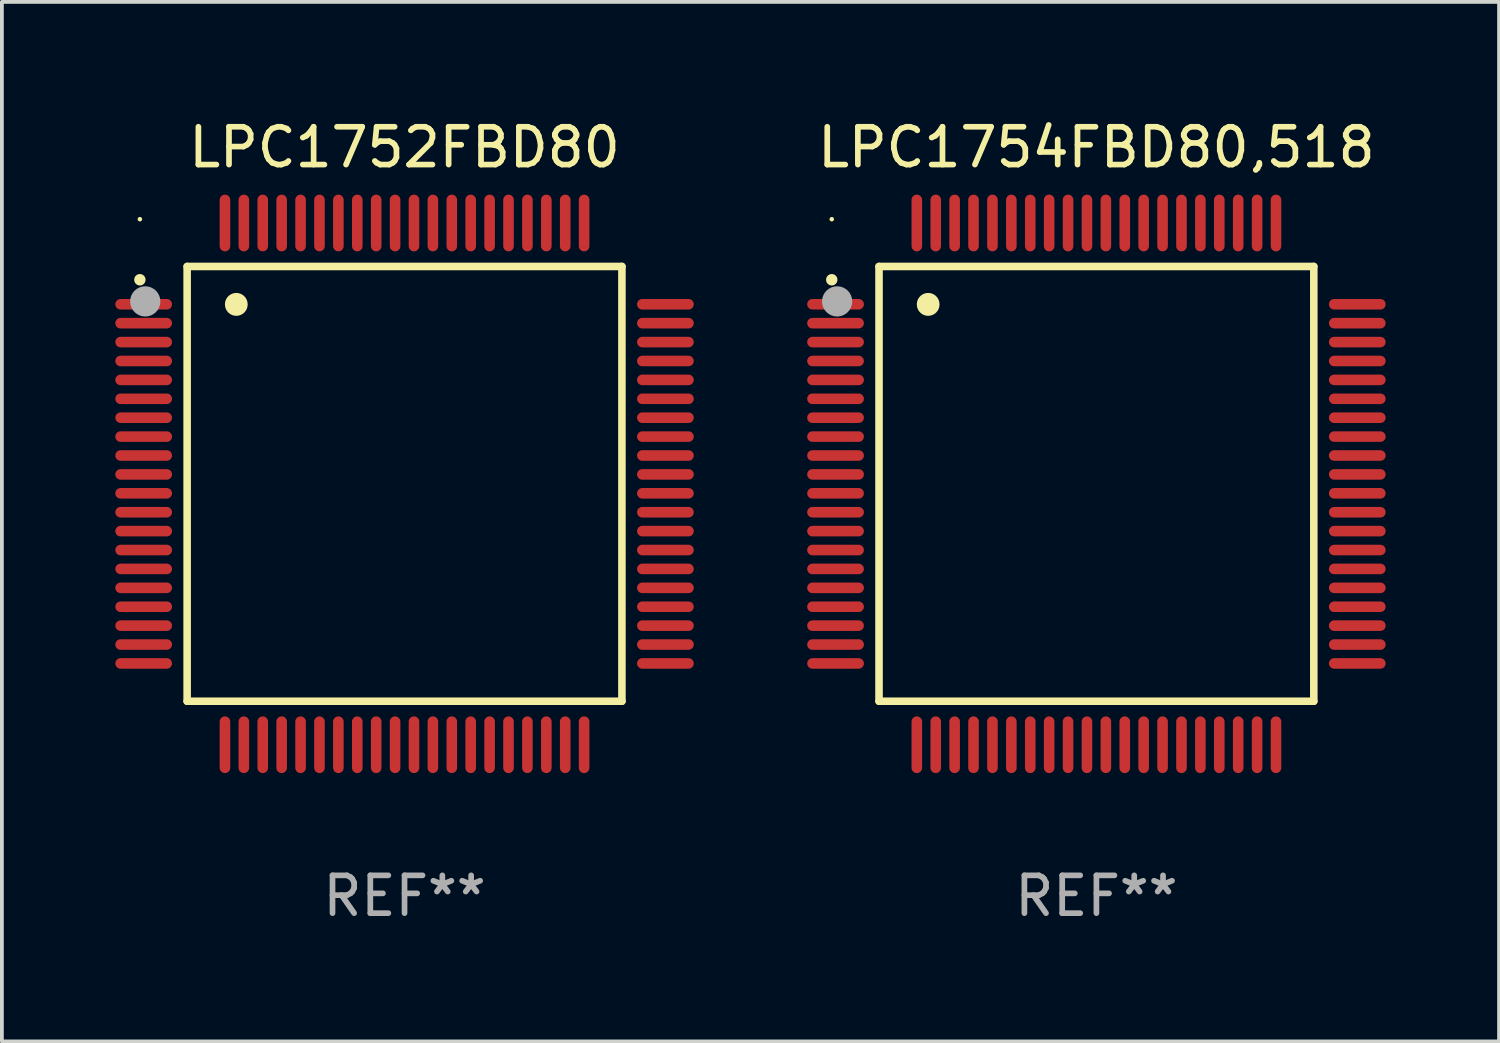
<source format=kicad_pcb>
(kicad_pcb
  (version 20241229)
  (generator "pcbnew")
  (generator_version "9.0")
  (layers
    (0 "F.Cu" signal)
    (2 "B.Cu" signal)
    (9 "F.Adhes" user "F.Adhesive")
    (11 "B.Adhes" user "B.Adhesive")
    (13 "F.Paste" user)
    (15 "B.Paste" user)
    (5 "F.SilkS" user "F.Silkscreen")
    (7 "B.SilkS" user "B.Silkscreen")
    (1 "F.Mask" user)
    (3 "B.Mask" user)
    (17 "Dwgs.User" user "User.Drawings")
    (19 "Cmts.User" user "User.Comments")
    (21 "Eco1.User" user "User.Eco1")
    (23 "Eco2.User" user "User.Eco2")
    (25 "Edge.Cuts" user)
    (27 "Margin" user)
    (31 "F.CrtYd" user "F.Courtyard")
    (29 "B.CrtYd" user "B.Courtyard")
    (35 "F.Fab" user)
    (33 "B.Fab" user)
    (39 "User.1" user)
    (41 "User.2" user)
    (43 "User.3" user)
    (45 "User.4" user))
  (footprint "LPC1752FBD80"
    (layer "F.Cu")
    (at 7.65 9.748)
    (property "Reference" "LPC1752FBD80" (at 0 -8.9 0) (layer "F.SilkS") (effects (font (size 1 1) (thickness 0.15))))
    (attr through_hole)
    (fp_line (start -5.75 -5.75) (end 5.75 -5.75) (stroke (width 0.2) (type solid)) (layer "F.SilkS"))
    (fp_line (start -5.75 5.75) (end -5.75 -5.75) (stroke (width 0.2) (type solid)) (layer "F.SilkS"))
    (fp_line (start 5.75 -5.75) (end 5.75 5.75) (stroke (width 0.2) (type solid)) (layer "F.SilkS"))
    (fp_line (start 5.75 5.75) (end -5.75 5.75) (stroke (width 0.2) (type solid)) (layer "F.SilkS"))
    (fp_arc (start -7.000229 -5.397435) (mid -7.000234 -5.398705) (end -7.000229 -5.399975) (stroke (width 0.3) (type solid)) (layer "F.SilkS"))
    (fp_arc (start -4.450064 -4.744653) (mid -4.450075 -4.747193) (end -4.450064 -4.749733) (stroke (width 0.6) (type solid)) (layer "F.SilkS"))
    (fp_circle (center -7 -7) (end -6.97 -7) (stroke (width 0.06) (type solid)) (fill no) (layer "F.SilkS"))
    (fp_circle (center -6.858 -4.826) (end -6.658 -4.826) (stroke (width 0.4) (type solid)) (fill no) (layer "F.Fab"))
    (fp_text user "REF**" (at 0 10.9 0) (layer "F.Fab") (effects (font (size 1 1) (thickness 0.15))))
    (pad "1" smd oval (at -6.9 -4.75 90) (size 0.28 1.5) (layers "F.Cu" "F.Mask" "F.Paste"))
    (pad "2" smd oval (at -6.9 -4.25 90) (size 0.28 1.5) (layers "F.Cu" "F.Mask" "F.Paste"))
    (pad "3" smd oval (at -6.9 -3.75 90) (size 0.28 1.5) (layers "F.Cu" "F.Mask" "F.Paste"))
    (pad "4" smd oval (at -6.9 -3.25 90) (size 0.28 1.5) (layers "F.Cu" "F.Mask" "F.Paste"))
    (pad "5" smd oval (at -6.9 -2.75 90) (size 0.28 1.5) (layers "F.Cu" "F.Mask" "F.Paste"))
    (pad "6" smd oval (at -6.9 -2.25 90) (size 0.28 1.5) (layers "F.Cu" "F.Mask" "F.Paste"))
    (pad "7" smd oval (at -6.9 -1.75 90) (size 0.28 1.5) (layers "F.Cu" "F.Mask" "F.Paste"))
    (pad "8" smd oval (at -6.9 -1.25 90) (size 0.28 1.5) (layers "F.Cu" "F.Mask" "F.Paste"))
    (pad "9" smd oval (at -6.9 -0.75 90) (size 0.28 1.5) (layers "F.Cu" "F.Mask" "F.Paste"))
    (pad "10" smd oval (at -6.9 -0.25 90) (size 0.28 1.5) (layers "F.Cu" "F.Mask" "F.Paste"))
    (pad "11" smd oval (at -6.9 0.25 90) (size 0.28 1.5) (layers "F.Cu" "F.Mask" "F.Paste"))
    (pad "12" smd oval (at -6.9 0.75 90) (size 0.28 1.5) (layers "F.Cu" "F.Mask" "F.Paste"))
    (pad "13" smd oval (at -6.9 1.25 90) (size 0.28 1.5) (layers "F.Cu" "F.Mask" "F.Paste"))
    (pad "14" smd oval (at -6.9 1.75 90) (size 0.28 1.5) (layers "F.Cu" "F.Mask" "F.Paste"))
    (pad "15" smd oval (at -6.9 2.25 90) (size 0.28 1.5) (layers "F.Cu" "F.Mask" "F.Paste"))
    (pad "16" smd oval (at -6.9 2.75 90) (size 0.28 1.5) (layers "F.Cu" "F.Mask" "F.Paste"))
    (pad "17" smd oval (at -6.9 3.25 90) (size 0.28 1.5) (layers "F.Cu" "F.Mask" "F.Paste"))
    (pad "18" smd oval (at -6.9 3.75 90) (size 0.28 1.5) (layers "F.Cu" "F.Mask" "F.Paste"))
    (pad "19" smd oval (at -6.9 4.25 90) (size 0.28 1.5) (layers "F.Cu" "F.Mask" "F.Paste"))
    (pad "20" smd oval (at -6.9 4.75 270) (size 0.28 1.5) (layers "F.Cu" "F.Mask" "F.Paste"))
    (pad "21" smd oval (at -4.75 6.9 180) (size 0.28 1.5) (layers "F.Cu" "F.Mask" "F.Paste"))
    (pad "22" smd oval (at -4.25 6.9) (size 0.28 1.5) (layers "F.Cu" "F.Mask" "F.Paste"))
    (pad "23" smd oval (at -3.75 6.9) (size 0.28 1.5) (layers "F.Cu" "F.Mask" "F.Paste"))
    (pad "24" smd oval (at -3.25 6.9) (size 0.28 1.5) (layers "F.Cu" "F.Mask" "F.Paste"))
    (pad "25" smd oval (at -2.75 6.9) (size 0.28 1.5) (layers "F.Cu" "F.Mask" "F.Paste"))
    (pad "26" smd oval (at -2.25 6.9) (size 0.28 1.5) (layers "F.Cu" "F.Mask" "F.Paste"))
    (pad "27" smd oval (at -1.75 6.9) (size 0.28 1.5) (layers "F.Cu" "F.Mask" "F.Paste"))
    (pad "28" smd oval (at -1.25 6.9) (size 0.28 1.5) (layers "F.Cu" "F.Mask" "F.Paste"))
    (pad "29" smd oval (at -0.75 6.9) (size 0.28 1.5) (layers "F.Cu" "F.Mask" "F.Paste"))
    (pad "30" smd oval (at -0.25 6.9) (size 0.28 1.5) (layers "F.Cu" "F.Mask" "F.Paste"))
    (pad "31" smd oval (at 0.25 6.9) (size 0.28 1.5) (layers "F.Cu" "F.Mask" "F.Paste"))
    (pad "32" smd oval (at 0.75 6.9) (size 0.28 1.5) (layers "F.Cu" "F.Mask" "F.Paste"))
    (pad "33" smd oval (at 1.25 6.9) (size 0.28 1.5) (layers "F.Cu" "F.Mask" "F.Paste"))
    (pad "34" smd oval (at 1.75 6.9) (size 0.28 1.5) (layers "F.Cu" "F.Mask" "F.Paste"))
    (pad "35" smd oval (at 2.25 6.9) (size 0.28 1.5) (layers "F.Cu" "F.Mask" "F.Paste"))
    (pad "36" smd oval (at 2.75 6.9) (size 0.28 1.5) (layers "F.Cu" "F.Mask" "F.Paste"))
    (pad "37" smd oval (at 3.25 6.9) (size 0.28 1.5) (layers "F.Cu" "F.Mask" "F.Paste"))
    (pad "38" smd oval (at 3.75 6.9) (size 0.28 1.5) (layers "F.Cu" "F.Mask" "F.Paste"))
    (pad "39" smd oval (at 4.25 6.9) (size 0.28 1.5) (layers "F.Cu" "F.Mask" "F.Paste"))
    (pad "40" smd oval (at 4.75 6.9) (size 0.28 1.5) (layers "F.Cu" "F.Mask" "F.Paste"))
    (pad "41" smd oval (at 6.9 4.75 270) (size 0.28 1.5) (layers "F.Cu" "F.Mask" "F.Paste"))
    (pad "42" smd oval (at 6.9 4.25 90) (size 0.28 1.5) (layers "F.Cu" "F.Mask" "F.Paste"))
    (pad "43" smd oval (at 6.9 3.75 90) (size 0.28 1.5) (layers "F.Cu" "F.Mask" "F.Paste"))
    (pad "44" smd oval (at 6.9 3.25 90) (size 0.28 1.5) (layers "F.Cu" "F.Mask" "F.Paste"))
    (pad "45" smd oval (at 6.9 2.75 90) (size 0.28 1.5) (layers "F.Cu" "F.Mask" "F.Paste"))
    (pad "46" smd oval (at 6.9 2.25 90) (size 0.28 1.5) (layers "F.Cu" "F.Mask" "F.Paste"))
    (pad "47" smd oval (at 6.9 1.75 90) (size 0.28 1.5) (layers "F.Cu" "F.Mask" "F.Paste"))
    (pad "48" smd oval (at 6.9 1.25 90) (size 0.28 1.5) (layers "F.Cu" "F.Mask" "F.Paste"))
    (pad "49" smd oval (at 6.9 0.75 90) (size 0.28 1.5) (layers "F.Cu" "F.Mask" "F.Paste"))
    (pad "50" smd oval (at 6.9 0.25 90) (size 0.28 1.5) (layers "F.Cu" "F.Mask" "F.Paste"))
    (pad "51" smd oval (at 6.9 -0.25 90) (size 0.28 1.5) (layers "F.Cu" "F.Mask" "F.Paste"))
    (pad "52" smd oval (at 6.9 -0.75 90) (size 0.28 1.5) (layers "F.Cu" "F.Mask" "F.Paste"))
    (pad "53" smd oval (at 6.9 -1.25 90) (size 0.28 1.5) (layers "F.Cu" "F.Mask" "F.Paste"))
    (pad "54" smd oval (at 6.9 -1.75 90) (size 0.28 1.5) (layers "F.Cu" "F.Mask" "F.Paste"))
    (pad "55" smd oval (at 6.9 -2.25 90) (size 0.28 1.5) (layers "F.Cu" "F.Mask" "F.Paste"))
    (pad "56" smd oval (at 6.9 -2.75 90) (size 0.28 1.5) (layers "F.Cu" "F.Mask" "F.Paste"))
    (pad "57" smd oval (at 6.9 -3.25 90) (size 0.28 1.5) (layers "F.Cu" "F.Mask" "F.Paste"))
    (pad "58" smd oval (at 6.9 -3.75 90) (size 0.28 1.5) (layers "F.Cu" "F.Mask" "F.Paste"))
    (pad "59" smd oval (at 6.9 -4.25 90) (size 0.28 1.5) (layers "F.Cu" "F.Mask" "F.Paste"))
    (pad "60" smd oval (at 6.9 -4.75 90) (size 0.28 1.5) (layers "F.Cu" "F.Mask" "F.Paste"))
    (pad "61" smd oval (at 4.75 -6.9) (size 0.28 1.5) (layers "F.Cu" "F.Mask" "F.Paste"))
    (pad "62" smd oval (at 4.25 -6.9) (size 0.28 1.5) (layers "F.Cu" "F.Mask" "F.Paste"))
    (pad "63" smd oval (at 3.75 -6.9) (size 0.28 1.5) (layers "F.Cu" "F.Mask" "F.Paste"))
    (pad "64" smd oval (at 3.25 -6.9) (size 0.28 1.5) (layers "F.Cu" "F.Mask" "F.Paste"))
    (pad "65" smd oval (at 2.75 -6.9) (size 0.28 1.5) (layers "F.Cu" "F.Mask" "F.Paste"))
    (pad "66" smd oval (at 2.25 -6.9) (size 0.28 1.5) (layers "F.Cu" "F.Mask" "F.Paste"))
    (pad "67" smd oval (at 1.75 -6.9) (size 0.28 1.5) (layers "F.Cu" "F.Mask" "F.Paste"))
    (pad "68" smd oval (at 1.25 -6.9) (size 0.28 1.5) (layers "F.Cu" "F.Mask" "F.Paste"))
    (pad "69" smd oval (at 0.75 -6.9) (size 0.28 1.5) (layers "F.Cu" "F.Mask" "F.Paste"))
    (pad "70" smd oval (at 0.25 -6.9) (size 0.28 1.5) (layers "F.Cu" "F.Mask" "F.Paste"))
    (pad "71" smd oval (at -0.25 -6.9) (size 0.28 1.5) (layers "F.Cu" "F.Mask" "F.Paste"))
    (pad "72" smd oval (at -0.75 -6.9) (size 0.28 1.5) (layers "F.Cu" "F.Mask" "F.Paste"))
    (pad "73" smd oval (at -1.25 -6.9) (size 0.28 1.5) (layers "F.Cu" "F.Mask" "F.Paste"))
    (pad "74" smd oval (at -1.75 -6.9) (size 0.28 1.5) (layers "F.Cu" "F.Mask" "F.Paste"))
    (pad "75" smd oval (at -2.25 -6.9) (size 0.28 1.5) (layers "F.Cu" "F.Mask" "F.Paste"))
    (pad "76" smd oval (at -2.75 -6.9) (size 0.28 1.5) (layers "F.Cu" "F.Mask" "F.Paste"))
    (pad "77" smd oval (at -3.25 -6.9) (size 0.28 1.5) (layers "F.Cu" "F.Mask" "F.Paste"))
    (pad "78" smd oval (at -3.75 -6.9) (size 0.28 1.5) (layers "F.Cu" "F.Mask" "F.Paste"))
    (pad "79" smd oval (at -4.25 -6.9) (size 0.28 1.5) (layers "F.Cu" "F.Mask" "F.Paste"))
    (pad "80" smd oval (at -4.75 -6.9 180) (size 0.28 1.5) (layers "F.Cu" "F.Mask" "F.Paste")))
  (footprint "LPC1754FBD80,518"
    (layer "F.Cu")
    (at 25.95 9.748)
    (property "Reference" "LPC1754FBD80,518" (at 0 -8.9 0) (layer "F.SilkS") (effects (font (size 1 1) (thickness 0.15))))
    (attr through_hole)
    (fp_line (start -5.75 -5.75) (end 5.75 -5.75) (stroke (width 0.2) (type solid)) (layer "F.SilkS"))
    (fp_line (start -5.75 5.75) (end -5.75 -5.75) (stroke (width 0.2) (type solid)) (layer "F.SilkS"))
    (fp_line (start 5.75 -5.75) (end 5.75 5.75) (stroke (width 0.2) (type solid)) (layer "F.SilkS"))
    (fp_line (start 5.75 5.75) (end -5.75 5.75) (stroke (width 0.2) (type solid)) (layer "F.SilkS"))
    (fp_arc (start -7.000229 -5.397435) (mid -7.000234 -5.398705) (end -7.000229 -5.399975) (stroke (width 0.3) (type solid)) (layer "F.SilkS"))
    (fp_arc (start -4.450064 -4.744653) (mid -4.450075 -4.747193) (end -4.450064 -4.749733) (stroke (width 0.6) (type solid)) (layer "F.SilkS"))
    (fp_circle (center -7 -7) (end -6.97 -7) (stroke (width 0.06) (type solid)) (fill no) (layer "F.SilkS"))
    (fp_circle (center -6.858 -4.826) (end -6.658 -4.826) (stroke (width 0.4) (type solid)) (fill no) (layer "F.Fab"))
    (fp_text user "REF**" (at 0 10.9 0) (layer "F.Fab") (effects (font (size 1 1) (thickness 0.15))))
    (pad "1" smd oval (at -6.9 -4.75 90) (size 0.28 1.5) (layers "F.Cu" "F.Mask" "F.Paste"))
    (pad "2" smd oval (at -6.9 -4.25 90) (size 0.28 1.5) (layers "F.Cu" "F.Mask" "F.Paste"))
    (pad "3" smd oval (at -6.9 -3.75 90) (size 0.28 1.5) (layers "F.Cu" "F.Mask" "F.Paste"))
    (pad "4" smd oval (at -6.9 -3.25 90) (size 0.28 1.5) (layers "F.Cu" "F.Mask" "F.Paste"))
    (pad "5" smd oval (at -6.9 -2.75 90) (size 0.28 1.5) (layers "F.Cu" "F.Mask" "F.Paste"))
    (pad "6" smd oval (at -6.9 -2.25 90) (size 0.28 1.5) (layers "F.Cu" "F.Mask" "F.Paste"))
    (pad "7" smd oval (at -6.9 -1.75 90) (size 0.28 1.5) (layers "F.Cu" "F.Mask" "F.Paste"))
    (pad "8" smd oval (at -6.9 -1.25 90) (size 0.28 1.5) (layers "F.Cu" "F.Mask" "F.Paste"))
    (pad "9" smd oval (at -6.9 -0.75 90) (size 0.28 1.5) (layers "F.Cu" "F.Mask" "F.Paste"))
    (pad "10" smd oval (at -6.9 -0.25 90) (size 0.28 1.5) (layers "F.Cu" "F.Mask" "F.Paste"))
    (pad "11" smd oval (at -6.9 0.25 90) (size 0.28 1.5) (layers "F.Cu" "F.Mask" "F.Paste"))
    (pad "12" smd oval (at -6.9 0.75 90) (size 0.28 1.5) (layers "F.Cu" "F.Mask" "F.Paste"))
    (pad "13" smd oval (at -6.9 1.25 90) (size 0.28 1.5) (layers "F.Cu" "F.Mask" "F.Paste"))
    (pad "14" smd oval (at -6.9 1.75 90) (size 0.28 1.5) (layers "F.Cu" "F.Mask" "F.Paste"))
    (pad "15" smd oval (at -6.9 2.25 90) (size 0.28 1.5) (layers "F.Cu" "F.Mask" "F.Paste"))
    (pad "16" smd oval (at -6.9 2.75 90) (size 0.28 1.5) (layers "F.Cu" "F.Mask" "F.Paste"))
    (pad "17" smd oval (at -6.9 3.25 90) (size 0.28 1.5) (layers "F.Cu" "F.Mask" "F.Paste"))
    (pad "18" smd oval (at -6.9 3.75 90) (size 0.28 1.5) (layers "F.Cu" "F.Mask" "F.Paste"))
    (pad "19" smd oval (at -6.9 4.25 90) (size 0.28 1.5) (layers "F.Cu" "F.Mask" "F.Paste"))
    (pad "20" smd oval (at -6.9 4.75 270) (size 0.28 1.5) (layers "F.Cu" "F.Mask" "F.Paste"))
    (pad "21" smd oval (at -4.75 6.9 180) (size 0.28 1.5) (layers "F.Cu" "F.Mask" "F.Paste"))
    (pad "22" smd oval (at -4.25 6.9) (size 0.28 1.5) (layers "F.Cu" "F.Mask" "F.Paste"))
    (pad "23" smd oval (at -3.75 6.9) (size 0.28 1.5) (layers "F.Cu" "F.Mask" "F.Paste"))
    (pad "24" smd oval (at -3.25 6.9) (size 0.28 1.5) (layers "F.Cu" "F.Mask" "F.Paste"))
    (pad "25" smd oval (at -2.75 6.9) (size 0.28 1.5) (layers "F.Cu" "F.Mask" "F.Paste"))
    (pad "26" smd oval (at -2.25 6.9) (size 0.28 1.5) (layers "F.Cu" "F.Mask" "F.Paste"))
    (pad "27" smd oval (at -1.75 6.9) (size 0.28 1.5) (layers "F.Cu" "F.Mask" "F.Paste"))
    (pad "28" smd oval (at -1.25 6.9) (size 0.28 1.5) (layers "F.Cu" "F.Mask" "F.Paste"))
    (pad "29" smd oval (at -0.75 6.9) (size 0.28 1.5) (layers "F.Cu" "F.Mask" "F.Paste"))
    (pad "30" smd oval (at -0.25 6.9) (size 0.28 1.5) (layers "F.Cu" "F.Mask" "F.Paste"))
    (pad "31" smd oval (at 0.25 6.9) (size 0.28 1.5) (layers "F.Cu" "F.Mask" "F.Paste"))
    (pad "32" smd oval (at 0.75 6.9) (size 0.28 1.5) (layers "F.Cu" "F.Mask" "F.Paste"))
    (pad "33" smd oval (at 1.25 6.9) (size 0.28 1.5) (layers "F.Cu" "F.Mask" "F.Paste"))
    (pad "34" smd oval (at 1.75 6.9) (size 0.28 1.5) (layers "F.Cu" "F.Mask" "F.Paste"))
    (pad "35" smd oval (at 2.25 6.9) (size 0.28 1.5) (layers "F.Cu" "F.Mask" "F.Paste"))
    (pad "36" smd oval (at 2.75 6.9) (size 0.28 1.5) (layers "F.Cu" "F.Mask" "F.Paste"))
    (pad "37" smd oval (at 3.25 6.9) (size 0.28 1.5) (layers "F.Cu" "F.Mask" "F.Paste"))
    (pad "38" smd oval (at 3.75 6.9) (size 0.28 1.5) (layers "F.Cu" "F.Mask" "F.Paste"))
    (pad "39" smd oval (at 4.25 6.9) (size 0.28 1.5) (layers "F.Cu" "F.Mask" "F.Paste"))
    (pad "40" smd oval (at 4.75 6.9) (size 0.28 1.5) (layers "F.Cu" "F.Mask" "F.Paste"))
    (pad "41" smd oval (at 6.9 4.75 270) (size 0.28 1.5) (layers "F.Cu" "F.Mask" "F.Paste"))
    (pad "42" smd oval (at 6.9 4.25 90) (size 0.28 1.5) (layers "F.Cu" "F.Mask" "F.Paste"))
    (pad "43" smd oval (at 6.9 3.75 90) (size 0.28 1.5) (layers "F.Cu" "F.Mask" "F.Paste"))
    (pad "44" smd oval (at 6.9 3.25 90) (size 0.28 1.5) (layers "F.Cu" "F.Mask" "F.Paste"))
    (pad "45" smd oval (at 6.9 2.75 90) (size 0.28 1.5) (layers "F.Cu" "F.Mask" "F.Paste"))
    (pad "46" smd oval (at 6.9 2.25 90) (size 0.28 1.5) (layers "F.Cu" "F.Mask" "F.Paste"))
    (pad "47" smd oval (at 6.9 1.75 90) (size 0.28 1.5) (layers "F.Cu" "F.Mask" "F.Paste"))
    (pad "48" smd oval (at 6.9 1.25 90) (size 0.28 1.5) (layers "F.Cu" "F.Mask" "F.Paste"))
    (pad "49" smd oval (at 6.9 0.75 90) (size 0.28 1.5) (layers "F.Cu" "F.Mask" "F.Paste"))
    (pad "50" smd oval (at 6.9 0.25 90) (size 0.28 1.5) (layers "F.Cu" "F.Mask" "F.Paste"))
    (pad "51" smd oval (at 6.9 -0.25 90) (size 0.28 1.5) (layers "F.Cu" "F.Mask" "F.Paste"))
    (pad "52" smd oval (at 6.9 -0.75 90) (size 0.28 1.5) (layers "F.Cu" "F.Mask" "F.Paste"))
    (pad "53" smd oval (at 6.9 -1.25 90) (size 0.28 1.5) (layers "F.Cu" "F.Mask" "F.Paste"))
    (pad "54" smd oval (at 6.9 -1.75 90) (size 0.28 1.5) (layers "F.Cu" "F.Mask" "F.Paste"))
    (pad "55" smd oval (at 6.9 -2.25 90) (size 0.28 1.5) (layers "F.Cu" "F.Mask" "F.Paste"))
    (pad "56" smd oval (at 6.9 -2.75 90) (size 0.28 1.5) (layers "F.Cu" "F.Mask" "F.Paste"))
    (pad "57" smd oval (at 6.9 -3.25 90) (size 0.28 1.5) (layers "F.Cu" "F.Mask" "F.Paste"))
    (pad "58" smd oval (at 6.9 -3.75 90) (size 0.28 1.5) (layers "F.Cu" "F.Mask" "F.Paste"))
    (pad "59" smd oval (at 6.9 -4.25 90) (size 0.28 1.5) (layers "F.Cu" "F.Mask" "F.Paste"))
    (pad "60" smd oval (at 6.9 -4.75 90) (size 0.28 1.5) (layers "F.Cu" "F.Mask" "F.Paste"))
    (pad "61" smd oval (at 4.75 -6.9) (size 0.28 1.5) (layers "F.Cu" "F.Mask" "F.Paste"))
    (pad "62" smd oval (at 4.25 -6.9) (size 0.28 1.5) (layers "F.Cu" "F.Mask" "F.Paste"))
    (pad "63" smd oval (at 3.75 -6.9) (size 0.28 1.5) (layers "F.Cu" "F.Mask" "F.Paste"))
    (pad "64" smd oval (at 3.25 -6.9) (size 0.28 1.5) (layers "F.Cu" "F.Mask" "F.Paste"))
    (pad "65" smd oval (at 2.75 -6.9) (size 0.28 1.5) (layers "F.Cu" "F.Mask" "F.Paste"))
    (pad "66" smd oval (at 2.25 -6.9) (size 0.28 1.5) (layers "F.Cu" "F.Mask" "F.Paste"))
    (pad "67" smd oval (at 1.75 -6.9) (size 0.28 1.5) (layers "F.Cu" "F.Mask" "F.Paste"))
    (pad "68" smd oval (at 1.25 -6.9) (size 0.28 1.5) (layers "F.Cu" "F.Mask" "F.Paste"))
    (pad "69" smd oval (at 0.75 -6.9) (size 0.28 1.5) (layers "F.Cu" "F.Mask" "F.Paste"))
    (pad "70" smd oval (at 0.25 -6.9) (size 0.28 1.5) (layers "F.Cu" "F.Mask" "F.Paste"))
    (pad "71" smd oval (at -0.25 -6.9) (size 0.28 1.5) (layers "F.Cu" "F.Mask" "F.Paste"))
    (pad "72" smd oval (at -0.75 -6.9) (size 0.28 1.5) (layers "F.Cu" "F.Mask" "F.Paste"))
    (pad "73" smd oval (at -1.25 -6.9) (size 0.28 1.5) (layers "F.Cu" "F.Mask" "F.Paste"))
    (pad "74" smd oval (at -1.75 -6.9) (size 0.28 1.5) (layers "F.Cu" "F.Mask" "F.Paste"))
    (pad "75" smd oval (at -2.25 -6.9) (size 0.28 1.5) (layers "F.Cu" "F.Mask" "F.Paste"))
    (pad "76" smd oval (at -2.75 -6.9) (size 0.28 1.5) (layers "F.Cu" "F.Mask" "F.Paste"))
    (pad "77" smd oval (at -3.25 -6.9) (size 0.28 1.5) (layers "F.Cu" "F.Mask" "F.Paste"))
    (pad "78" smd oval (at -3.75 -6.9) (size 0.28 1.5) (layers "F.Cu" "F.Mask" "F.Paste"))
    (pad "79" smd oval (at -4.25 -6.9) (size 0.28 1.5) (layers "F.Cu" "F.Mask" "F.Paste"))
    (pad "80" smd oval (at -4.75 -6.9 180) (size 0.28 1.5) (layers "F.Cu" "F.Mask" "F.Paste")))
  (gr_rect
    (start -3 -3)
    (end 36.6 24.496)
    (stroke (width 0.1) (type default))
    (fill no)
    (layer "Edge.Cuts")))
</source>
